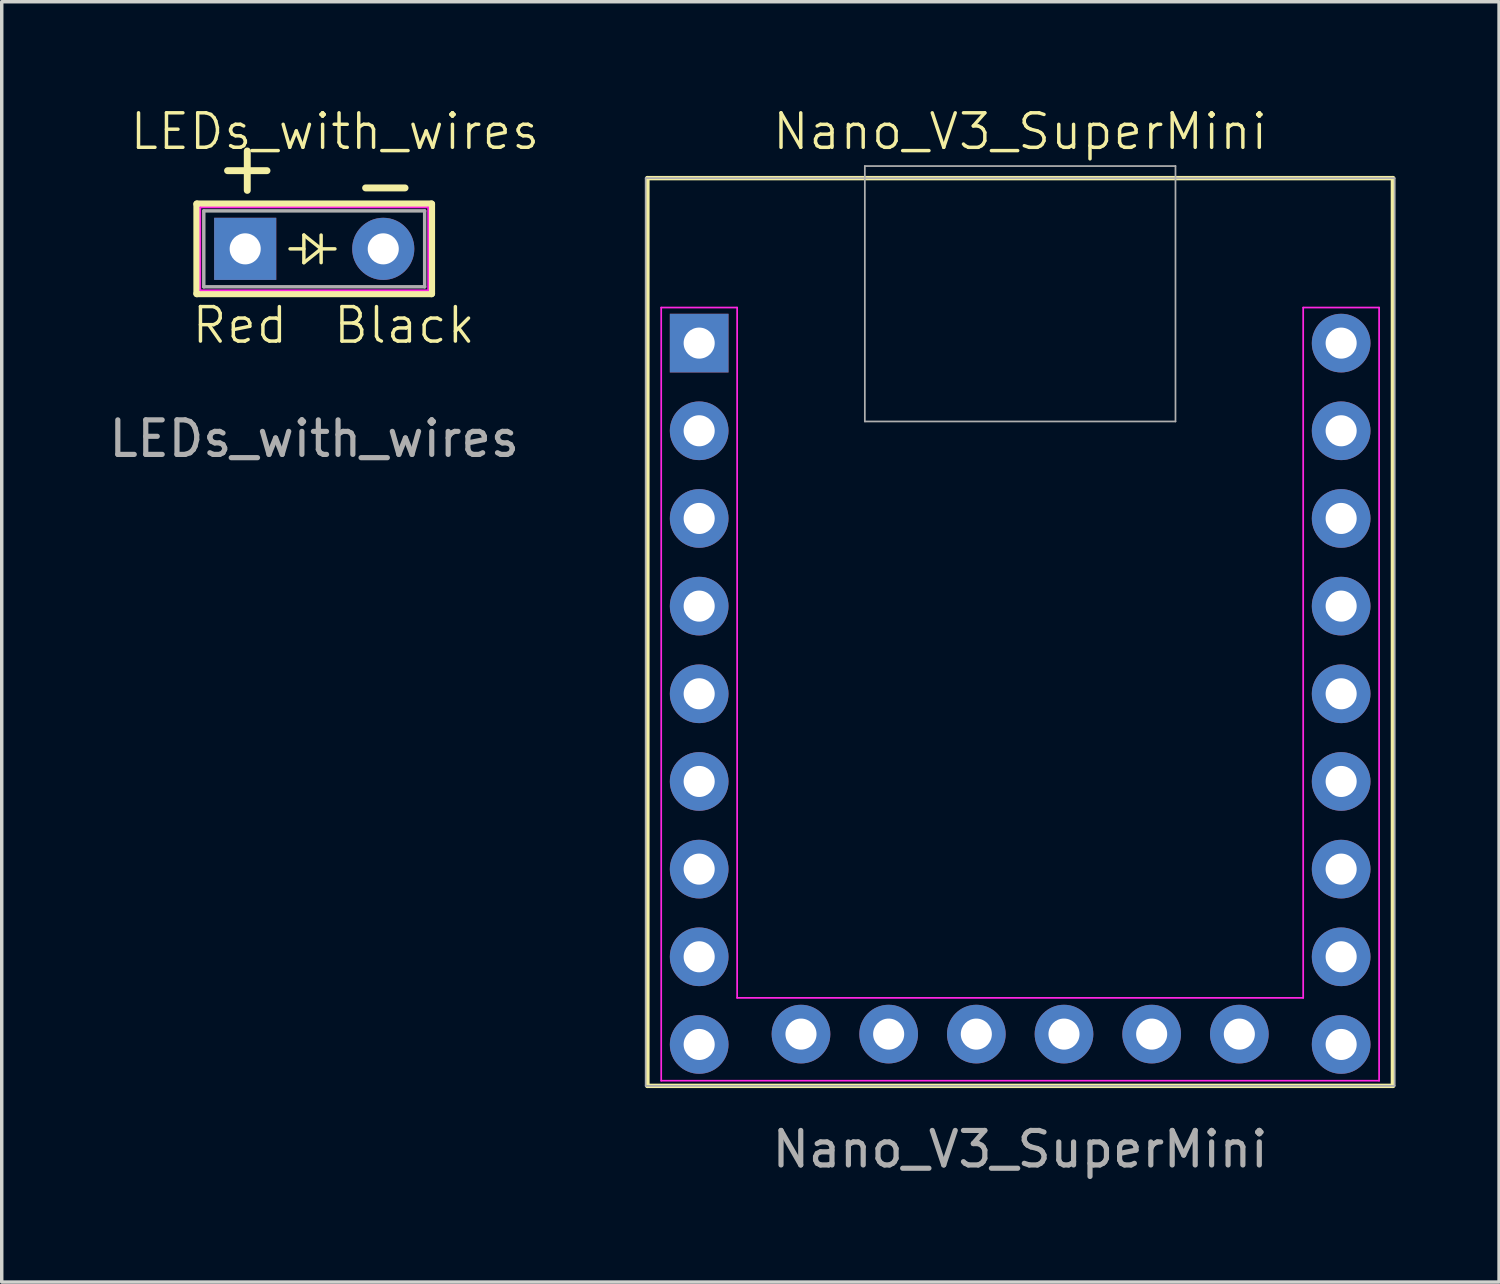
<source format=kicad_pcb>
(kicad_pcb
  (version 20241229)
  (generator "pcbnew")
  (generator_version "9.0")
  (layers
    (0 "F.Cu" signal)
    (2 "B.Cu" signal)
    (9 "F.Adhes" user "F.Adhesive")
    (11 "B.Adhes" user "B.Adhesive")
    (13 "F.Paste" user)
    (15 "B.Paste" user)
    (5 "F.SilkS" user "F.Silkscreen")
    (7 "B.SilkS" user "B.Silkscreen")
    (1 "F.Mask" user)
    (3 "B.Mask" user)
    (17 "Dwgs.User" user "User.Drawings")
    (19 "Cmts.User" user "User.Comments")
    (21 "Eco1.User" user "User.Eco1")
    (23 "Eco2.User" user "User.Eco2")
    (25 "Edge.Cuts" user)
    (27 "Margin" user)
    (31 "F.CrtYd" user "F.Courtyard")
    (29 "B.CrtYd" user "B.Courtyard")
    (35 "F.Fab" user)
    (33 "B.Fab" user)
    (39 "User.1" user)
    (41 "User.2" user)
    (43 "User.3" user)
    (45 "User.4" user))
  (footprint "Nano_V3_SuperMini"
    (layer "F.Cu")
    (at 26.507 15.261)
    (property "Reference" "Nano_V3_SuperMini" (at 0 -14.5 0) (unlocked yes) (layer "F.SilkS") (effects (font (size 1 1) (thickness 0.1))))
    (attr through_hole)
    (fp_line (start -10.8 -13.15) (end 10.8 -13.15) (stroke (width 0.127) (type solid)) (layer "F.SilkS"))
    (fp_line (start -10.8 13.15) (end -10.8 -13.15) (stroke (width 0.127) (type solid)) (layer "F.SilkS"))
    (fp_line (start 10.8 -13.15) (end 10.8 13.15) (stroke (width 0.127) (type solid)) (layer "F.SilkS"))
    (fp_line (start 10.8 13.15) (end -10.8 13.15) (stroke (width 0.127) (type solid)) (layer "F.SilkS"))
    (fp_line (start -10.4 -9.4) (end -8.2 -9.4) (stroke (width 0.05) (type default)) (layer "F.CrtYd"))
    (fp_line (start -10.4 13) (end -10.4 -9.4) (stroke (width 0.05) (type default)) (layer "F.CrtYd"))
    (fp_line (start -8.2 -9.4) (end -8.2 10.6) (stroke (width 0.05) (type default)) (layer "F.CrtYd"))
    (fp_line (start 8.2 -9.4) (end 10.4 -9.4) (stroke (width 0.05) (type default)) (layer "F.CrtYd"))
    (fp_line (start 8.2 10.6) (end -8.2 10.6) (stroke (width 0.05) (type default)) (layer "F.CrtYd"))
    (fp_line (start 8.2 10.6) (end 8.2 -9.4) (stroke (width 0.05) (type default)) (layer "F.CrtYd"))
    (fp_line (start 10.4 -9.4) (end 10.4 13) (stroke (width 0.05) (type default)) (layer "F.CrtYd"))
    (fp_line (start 10.4 13) (end -10.4 13) (stroke (width 0.05) (type default)) (layer "F.CrtYd"))
    (fp_line (start -10.85 -13.15) (end -10.85 13.15) (stroke (width 0.05) (type default)) (layer "F.Fab"))
    (fp_line (start -10.85 -13.15) (end 10.85 -13.15) (stroke (width 0.05) (type default)) (layer "F.Fab"))
    (fp_line (start -4.5 -13.5) (end 4.5 -13.5) (stroke (width 0.05) (type default)) (layer "F.Fab"))
    (fp_line (start -4.5 -6.1) (end -4.5 -13.5) (stroke (width 0.05) (type default)) (layer "F.Fab"))
    (fp_line (start -4.5 -6.1) (end 4.5 -6.1) (stroke (width 0.05) (type default)) (layer "F.Fab"))
    (fp_line (start 4.5 -6.1) (end 4.5 -13.5) (stroke (width 0.05) (type default)) (layer "F.Fab"))
    (fp_line (start 10.85 -13.15) (end 10.85 13.15) (stroke (width 0.05) (type default)) (layer "F.Fab"))
    (fp_line (start 10.85 13.15) (end -10.85 13.15) (stroke (width 0.05) (type default)) (layer "F.Fab"))
    (fp_text user "${REFERENCE}" (at 0 14.986 0) (unlocked yes) (layer "F.Fab") (effects (font (size 1 1) (thickness 0.15))))
    (pad "1" thru_hole rect (at -9.3 -8.37) (size 1.7 1.7) (drill 0.9) (layers "*.Cu" "*.Mask"))
    (pad "2" thru_hole circle (at -9.3 -5.83) (size 1.7 1.7) (drill 0.9) (layers "*.Cu" "*.Mask"))
    (pad "3" thru_hole circle (at -9.3 -3.29) (size 1.7 1.7) (drill 0.9) (layers "*.Cu" "*.Mask"))
    (pad "4" thru_hole circle (at -9.3 -0.75) (size 1.7 1.7) (drill 0.9) (layers "*.Cu" "*.Mask"))
    (pad "5" thru_hole circle (at -9.3 1.79) (size 1.7 1.7) (drill 0.9) (layers "*.Cu" "*.Mask"))
    (pad "6" thru_hole circle (at -9.3 4.33) (size 1.7 1.7) (drill 0.9) (layers "*.Cu" "*.Mask"))
    (pad "7" thru_hole circle (at -9.3 6.87) (size 1.7 1.7) (drill 0.9) (layers "*.Cu" "*.Mask"))
    (pad "8" thru_hole circle (at -9.3 9.41) (size 1.7 1.7) (drill 0.9) (layers "*.Cu" "*.Mask"))
    (pad "9" thru_hole circle (at -9.3 11.95) (size 1.7 1.7) (drill 0.9) (layers "*.Cu" "*.Mask"))
    (pad "10" thru_hole circle (at -6.35 11.65) (size 1.7 1.7) (drill 0.9) (layers "*.Cu" "*.Mask"))
    (pad "11" thru_hole circle (at -3.81 11.65) (size 1.7 1.7) (drill 0.9) (layers "*.Cu" "*.Mask"))
    (pad "12" thru_hole circle (at -1.27 11.65) (size 1.7 1.7) (drill 0.9) (layers "*.Cu" "*.Mask"))
    (pad "13" thru_hole circle (at 1.27 11.65) (size 1.7 1.7) (drill 0.9) (layers "*.Cu" "*.Mask"))
    (pad "14" thru_hole circle (at 3.81 11.65) (size 1.7 1.7) (drill 0.9) (layers "*.Cu" "*.Mask"))
    (pad "15" thru_hole circle (at 6.35 11.65) (size 1.7 1.7) (drill 0.9) (layers "*.Cu" "*.Mask"))
    (pad "16" thru_hole circle (at 9.3 11.95) (size 1.7 1.7) (drill 0.9) (layers "*.Cu" "*.Mask"))
    (pad "17" thru_hole circle (at 9.3 9.41) (size 1.7 1.7) (drill 0.9) (layers "*.Cu" "*.Mask"))
    (pad "18" thru_hole circle (at 9.3 6.87) (size 1.7 1.7) (drill 0.9) (layers "*.Cu" "*.Mask"))
    (pad "19" thru_hole circle (at 9.3 4.33) (size 1.7 1.7) (drill 0.9) (layers "*.Cu" "*.Mask"))
    (pad "20" thru_hole circle (at 9.3 1.79) (size 1.7 1.7) (drill 0.9) (layers "*.Cu" "*.Mask"))
    (pad "21" thru_hole circle (at 9.3 -0.75) (size 1.7 1.7) (drill 0.9) (layers "*.Cu" "*.Mask"))
    (pad "22" thru_hole circle (at 9.3 -3.29) (size 1.7 1.7) (drill 0.9) (layers "*.Cu" "*.Mask"))
    (pad "23" thru_hole circle (at 9.3 -5.83) (size 1.7 1.7) (drill 0.9) (layers "*.Cu" "*.Mask"))
    (pad "24" thru_hole circle (at 9.3 -8.37) (size 1.7 1.7) (drill 0.9) (layers "*.Cu" "*.Mask")))
  (footprint "LEDs_with_wires"
    (layer "F.Cu")
    (at 6.054 4.16)
    (property "Reference" "LEDs_with_wires" (at 0.6 -3.4 0) (unlocked yes) (layer "F.SilkS") (effects (font (size 1 1) (thickness 0.1))))
    (attr through_hole)
    (fp_line (start -3.4 -1.3) (end 3.4 -1.3) (stroke (width 0.203) (type solid)) (layer "F.SilkS"))
    (fp_line (start -3.4 1.3) (end -3.4 -1.3) (stroke (width 0.203) (type solid)) (layer "F.SilkS"))
    (fp_line (start -0.3 -0.4) (end -0.3 0.4) (stroke (width 0.1) (type default)) (layer "F.SilkS"))
    (fp_line (start -0.3 0) (end -0.7 0) (stroke (width 0.1) (type default)) (layer "F.SilkS"))
    (fp_line (start -0.3 0.4) (end 0.2 0) (stroke (width 0.1) (type default)) (layer "F.SilkS"))
    (fp_line (start 0.2 -0.4) (end 0.2 0.4) (stroke (width 0.1) (type default)) (layer "F.SilkS"))
    (fp_line (start 0.2 0) (end -0.3 -0.4) (stroke (width 0.1) (type default)) (layer "F.SilkS"))
    (fp_line (start 0.2 0) (end 0.6 0) (stroke (width 0.1) (type default)) (layer "F.SilkS"))
    (fp_line (start 3.4 -1.3) (end 3.4 1.3) (stroke (width 0.203) (type solid)) (layer "F.SilkS"))
    (fp_line (start 3.4 1.3) (end -3.4 1.3) (stroke (width 0.203) (type solid)) (layer "F.SilkS"))
    (fp_line (start -3.3 -1.2) (end -3.3 1.2) (stroke (width 0.05) (type default)) (layer "F.CrtYd"))
    (fp_line (start -3.3 1.2) (end 3.3 1.2) (stroke (width 0.05) (type default)) (layer "F.CrtYd"))
    (fp_line (start 3.3 -1.2) (end -3.3 -1.2) (stroke (width 0.05) (type default)) (layer "F.CrtYd"))
    (fp_line (start 3.3 1.2) (end 3.3 -1.2) (stroke (width 0.05) (type default)) (layer "F.CrtYd"))
    (fp_line (start -3.2 -1.1) (end 3.2 -1.1) (stroke (width 0.1) (type default)) (layer "F.Fab"))
    (fp_line (start -3.2 1.1) (end -3.2 -1.1) (stroke (width 0.1) (type default)) (layer "F.Fab"))
    (fp_line (start 3.2 -1.1) (end 3.2 1.1) (stroke (width 0.1) (type default)) (layer "F.Fab"))
    (fp_line (start 3.2 1.1) (end -3.2 1.1) (stroke (width 0.1) (type default)) (layer "F.Fab"))
    (fp_text user "+" (at -3 -1.5 0) (unlocked yes) (layer "F.SilkS") (effects (font (size 1.5 1.5) (thickness 0.2)) (justify left bottom)))
    (fp_text user "-" (at 1 -1 0) (unlocked yes) (layer "F.SilkS") (effects (font (size 1.5 1.5) (thickness 0.2)) (justify left bottom)))
    (fp_text user "Red" (at -3.6 2.8 0) (unlocked yes) (layer "F.SilkS") (effects (font (size 1 1) (thickness 0.1)) (justify left bottom)))
    (fp_text user "Black" (at 0.5 2.8 0) (unlocked yes) (layer "F.SilkS") (effects (font (size 1 1) (thickness 0.1)) (justify left bottom)))
    (fp_text user "${REFERENCE}" (at 0 5.5 0) (unlocked yes) (layer "F.Fab") (effects (font (size 1 1) (thickness 0.15))))
    (pad "1" thru_hole rect (at -2 0) (size 1.8 1.8) (drill 0.9) (layers "*.Cu" "*.Mask"))
    (pad "2" thru_hole circle (at 2 0) (size 1.8 1.8) (drill 0.9) (layers "*.Cu" "*.Mask")))
  (gr_rect
    (start -3 -3)
    (end 40.382 34.095)
    (stroke (width 0.1) (type default))
    (fill no)
    (layer "Edge.Cuts")))
</source>
